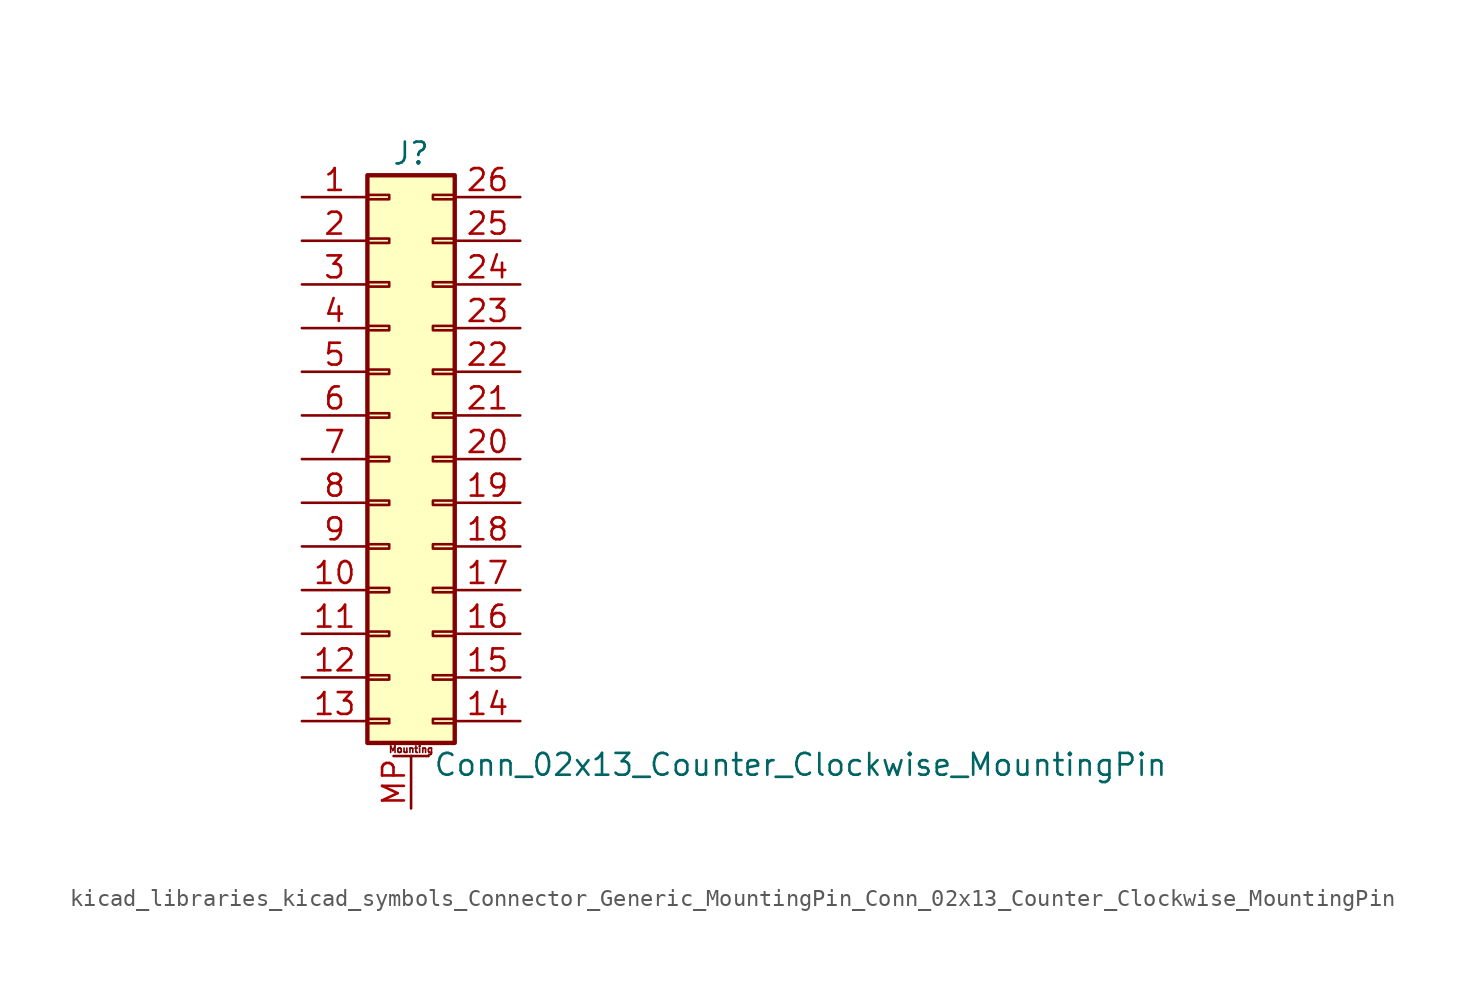
<source format=kicad_sym>
(kicad_symbol_lib
  (version 20220914)
  (generator kicad_symbol_editor)
  (symbol "kicad_libraries_kicad_symbols_Connector_Generic_MountingPin_Conn_02x13_Counter_Clockwise_MountingPin"
    (pin_names
      (offset 1.016) hide)
    (property "Reference" "J"
      (at 1.27 17.78 0)
      (effects (font (size 1.27 1.27))))
    (property "Value" "Conn_02x13_Counter_Clockwise_MountingPin"
      (at 2.54 -17.78 0)
      (effects (font (size 1.27 1.27)) (justify left)))
    (symbol "kicad_libraries_kicad_symbols_Connector_Generic_MountingPin_Conn_02x13_Counter_Clockwise_MountingPin_1_1"
      (rectangle (start -1.27 -15.113) (end 0 -15.367) (stroke (width 0.152) (type default)) (fill (type none)))
      (rectangle (start -1.27 -12.573) (end 0 -12.827) (stroke (width 0.152) (type default)) (fill (type none)))
      (rectangle (start -1.27 -10.033) (end 0 -10.287) (stroke (width 0.152) (type default)) (fill (type none)))
      (rectangle (start -1.27 -7.493) (end 0 -7.747) (stroke (width 0.152) (type default)) (fill (type none)))
      (rectangle (start -1.27 -4.953) (end 0 -5.207) (stroke (width 0.152) (type default)) (fill (type none)))
      (rectangle (start -1.27 -2.413) (end 0 -2.667) (stroke (width 0.152) (type default)) (fill (type none)))
      (rectangle (start -1.27 0.127) (end 0 -0.127) (stroke (width 0.152) (type default)) (fill (type none)))
      (rectangle (start -1.27 2.667) (end 0 2.413) (stroke (width 0.152) (type default)) (fill (type none)))
      (rectangle (start -1.27 5.207) (end 0 4.953) (stroke (width 0.152) (type default)) (fill (type none)))
      (rectangle (start -1.27 7.747) (end 0 7.493) (stroke (width 0.152) (type default)) (fill (type none)))
      (rectangle (start -1.27 10.287) (end 0 10.033) (stroke (width 0.152) (type default)) (fill (type none)))
      (rectangle (start -1.27 12.827) (end 0 12.573) (stroke (width 0.152) (type default)) (fill (type none)))
      (rectangle (start -1.27 15.367) (end 0 15.113) (stroke (width 0.152) (type default)) (fill (type none)))
      (rectangle (start -1.27 16.51) (end 3.81 -16.51) (stroke (width 0.254) (type default)) (fill (type background)))
      (polyline (pts (xy 0.254 -17.272) (xy 2.286 -17.272)) (stroke (width 0.152) (type default)) (fill (type none)))
      (rectangle (start 3.81 -15.113) (end 2.54 -15.367) (stroke (width 0.152) (type default)) (fill (type none)))
      (rectangle (start 3.81 -12.573) (end 2.54 -12.827) (stroke (width 0.152) (type default)) (fill (type none)))
      (rectangle (start 3.81 -10.033) (end 2.54 -10.287) (stroke (width 0.152) (type default)) (fill (type none)))
      (rectangle (start 3.81 -7.493) (end 2.54 -7.747) (stroke (width 0.152) (type default)) (fill (type none)))
      (rectangle (start 3.81 -4.953) (end 2.54 -5.207) (stroke (width 0.152) (type default)) (fill (type none)))
      (rectangle (start 3.81 -2.413) (end 2.54 -2.667) (stroke (width 0.152) (type default)) (fill (type none)))
      (rectangle (start 3.81 0.127) (end 2.54 -0.127) (stroke (width 0.152) (type default)) (fill (type none)))
      (rectangle (start 3.81 2.667) (end 2.54 2.413) (stroke (width 0.152) (type default)) (fill (type none)))
      (rectangle (start 3.81 5.207) (end 2.54 4.953) (stroke (width 0.152) (type default)) (fill (type none)))
      (rectangle (start 3.81 7.747) (end 2.54 7.493) (stroke (width 0.152) (type default)) (fill (type none)))
      (rectangle (start 3.81 10.287) (end 2.54 10.033) (stroke (width 0.152) (type default)) (fill (type none)))
      (rectangle (start 3.81 12.827) (end 2.54 12.573) (stroke (width 0.152) (type default)) (fill (type none)))
      (rectangle (start 3.81 15.367) (end 2.54 15.113) (stroke (width 0.152) (type default)) (fill (type none)))
      (text "Mounting" (at 1.27 -16.891 0) (effects (font (size 0.381 0.381))))
      (pin passive line (at -5.08 15.24 0) (length 3.81) (name "Pin_1" (effects (font (size 1.27 1.27)))) (number "1" (effects (font (size 1.27 1.27)))))
      (pin passive line (at -5.08 -7.62 0) (length 3.81) (name "Pin_10" (effects (font (size 1.27 1.27)))) (number "10" (effects (font (size 1.27 1.27)))))
      (pin passive line (at -5.08 -10.16 0) (length 3.81) (name "Pin_11" (effects (font (size 1.27 1.27)))) (number "11" (effects (font (size 1.27 1.27)))))
      (pin passive line (at -5.08 -12.7 0) (length 3.81) (name "Pin_12" (effects (font (size 1.27 1.27)))) (number "12" (effects (font (size 1.27 1.27)))))
      (pin passive line (at -5.08 -15.24 0) (length 3.81) (name "Pin_13" (effects (font (size 1.27 1.27)))) (number "13" (effects (font (size 1.27 1.27)))))
      (pin passive line (at 7.62 -15.24 180) (length 3.81) (name "Pin_14" (effects (font (size 1.27 1.27)))) (number "14" (effects (font (size 1.27 1.27)))))
      (pin passive line (at 7.62 -12.7 180) (length 3.81) (name "Pin_15" (effects (font (size 1.27 1.27)))) (number "15" (effects (font (size 1.27 1.27)))))
      (pin passive line (at 7.62 -10.16 180) (length 3.81) (name "Pin_16" (effects (font (size 1.27 1.27)))) (number "16" (effects (font (size 1.27 1.27)))))
      (pin passive line (at 7.62 -7.62 180) (length 3.81) (name "Pin_17" (effects (font (size 1.27 1.27)))) (number "17" (effects (font (size 1.27 1.27)))))
      (pin passive line (at 7.62 -5.08 180) (length 3.81) (name "Pin_18" (effects (font (size 1.27 1.27)))) (number "18" (effects (font (size 1.27 1.27)))))
      (pin passive line (at 7.62 -2.54 180) (length 3.81) (name "Pin_19" (effects (font (size 1.27 1.27)))) (number "19" (effects (font (size 1.27 1.27)))))
      (pin passive line (at -5.08 12.7 0) (length 3.81) (name "Pin_2" (effects (font (size 1.27 1.27)))) (number "2" (effects (font (size 1.27 1.27)))))
      (pin passive line (at 7.62 0 180) (length 3.81) (name "Pin_20" (effects (font (size 1.27 1.27)))) (number "20" (effects (font (size 1.27 1.27)))))
      (pin passive line (at 7.62 2.54 180) (length 3.81) (name "Pin_21" (effects (font (size 1.27 1.27)))) (number "21" (effects (font (size 1.27 1.27)))))
      (pin passive line (at 7.62 5.08 180) (length 3.81) (name "Pin_22" (effects (font (size 1.27 1.27)))) (number "22" (effects (font (size 1.27 1.27)))))
      (pin passive line (at 7.62 7.62 180) (length 3.81) (name "Pin_23" (effects (font (size 1.27 1.27)))) (number "23" (effects (font (size 1.27 1.27)))))
      (pin passive line (at 7.62 10.16 180) (length 3.81) (name "Pin_24" (effects (font (size 1.27 1.27)))) (number "24" (effects (font (size 1.27 1.27)))))
      (pin passive line (at 7.62 12.7 180) (length 3.81) (name "Pin_25" (effects (font (size 1.27 1.27)))) (number "25" (effects (font (size 1.27 1.27)))))
      (pin passive line (at 7.62 15.24 180) (length 3.81) (name "Pin_26" (effects (font (size 1.27 1.27)))) (number "26" (effects (font (size 1.27 1.27)))))
      (pin passive line (at -5.08 10.16 0) (length 3.81) (name "Pin_3" (effects (font (size 1.27 1.27)))) (number "3" (effects (font (size 1.27 1.27)))))
      (pin passive line (at -5.08 7.62 0) (length 3.81) (name "Pin_4" (effects (font (size 1.27 1.27)))) (number "4" (effects (font (size 1.27 1.27)))))
      (pin passive line (at -5.08 5.08 0) (length 3.81) (name "Pin_5" (effects (font (size 1.27 1.27)))) (number "5" (effects (font (size 1.27 1.27)))))
      (pin passive line (at -5.08 2.54 0) (length 3.81) (name "Pin_6" (effects (font (size 1.27 1.27)))) (number "6" (effects (font (size 1.27 1.27)))))
      (pin passive line (at -5.08 0 0) (length 3.81) (name "Pin_7" (effects (font (size 1.27 1.27)))) (number "7" (effects (font (size 1.27 1.27)))))
      (pin passive line (at -5.08 -2.54 0) (length 3.81) (name "Pin_8" (effects (font (size 1.27 1.27)))) (number "8" (effects (font (size 1.27 1.27)))))
      (pin passive line (at -5.08 -5.08 0) (length 3.81) (name "Pin_9" (effects (font (size 1.27 1.27)))) (number "9" (effects (font (size 1.27 1.27)))))
      (pin passive line (at 1.27 -20.32 90) (length 3.048) (name "MountPin" (effects (font (size 1.27 1.27)))) (number "MP" (effects (font (size 1.27 1.27))))))))
</source>
